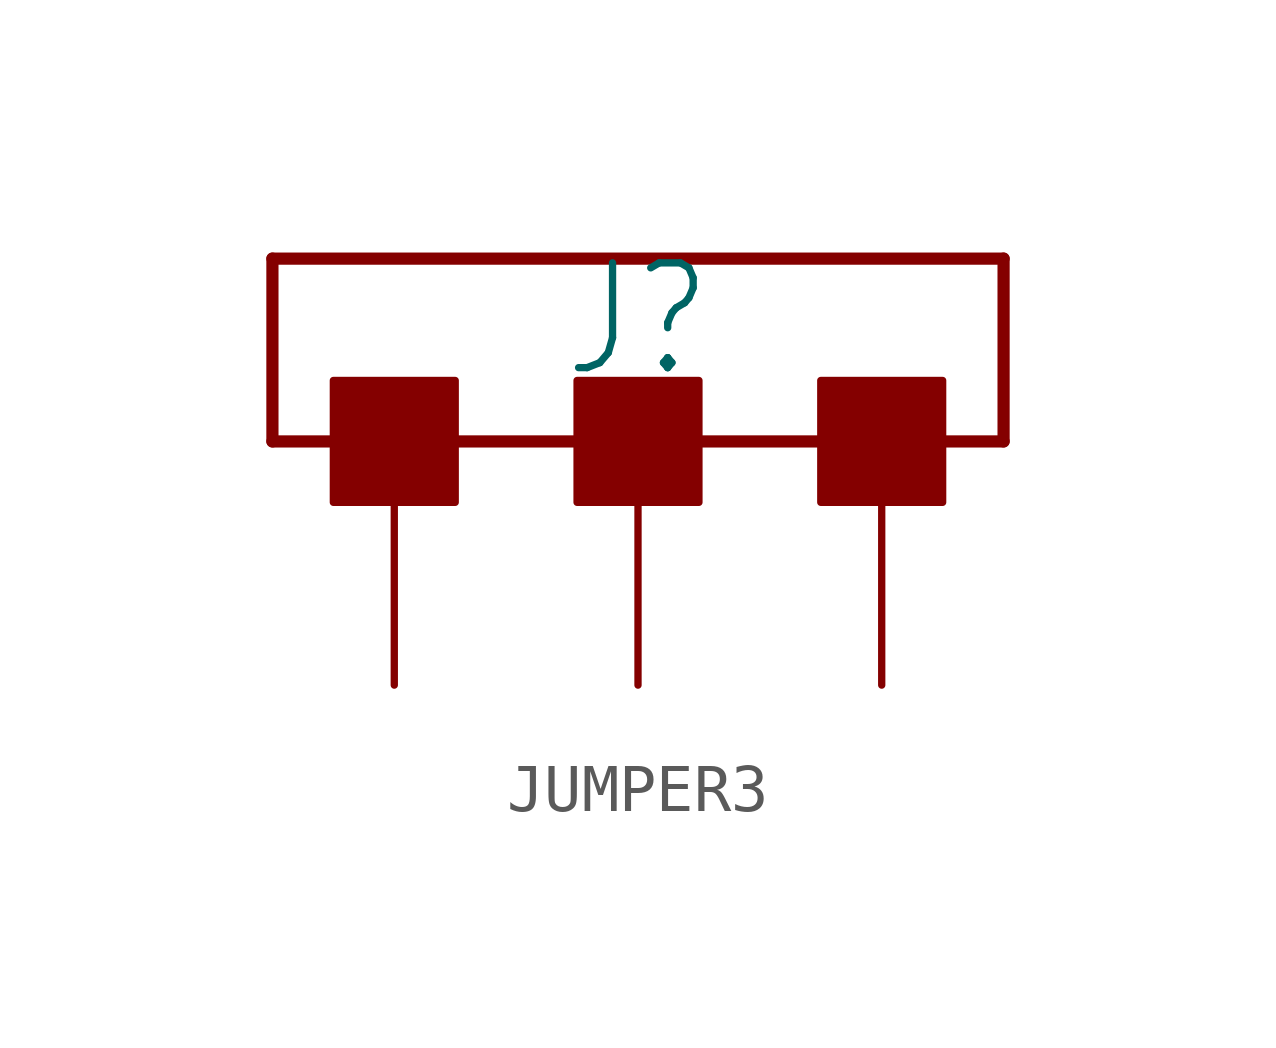
<source format=kicad_sym>
(kicad_symbol_lib
  (version 20241209)
  (generator "kicad_symbol_editor")
  (generator_version "9.0")
  (symbol "JUMPER3"
    (property "Reference" "J"
      (at 0 0 0)
      (effects (font (size 2.184 1.857))))
    (property "ki_locked" ""
      (at 0 0 0)
      (effects (font (size 1.27 1.27))))
    (symbol "JUMPER3_1_0"
      (polyline (pts (xy -7.62 1.27) (xy 7.62 1.27)) (stroke (width 0.254) (type solid)) (fill (type none)))
      (polyline (pts (xy -7.62 -2.54) (xy -7.62 1.27)) (stroke (width 0.254) (type solid)) (fill (type none)))
      (polyline (pts (xy -6.35 -2.54) (xy -7.62 -2.54)) (stroke (width 0.254) (type solid)) (fill (type none)))
      (polyline (pts (xy -5.08 -2.54) (xy 7.62 -2.54)) (stroke (width 0.254) (type solid)) (fill (type none)))
      (rectangle (start -3.81 -3.81) (end -6.35 -1.27) (stroke (width 0) (type default)) (fill (type outline)))
      (rectangle (start 1.27 -3.81) (end -1.27 -1.27) (stroke (width 0) (type default)) (fill (type outline)))
      (rectangle (start 6.35 -3.81) (end 3.81 -1.27) (stroke (width 0) (type default)) (fill (type outline)))
      (polyline (pts (xy 7.62 1.27) (xy 7.62 -2.54)) (stroke (width 0.254) (type solid)) (fill (type none)))
      (pin bidirectional line (at -5.08 -7.62 90) (length 5.08) (name "L" (effects (font (size 0 0)))) (number "L" (effects (font (size 0 0)))))
      (pin bidirectional line (at 0 -7.62 90) (length 5.08) (name "C" (effects (font (size 0 0)))) (number "C" (effects (font (size 0 0)))))
      (pin bidirectional line (at 5.08 -7.62 90) (length 5.08) (name "R" (effects (font (size 0 0)))) (number "R" (effects (font (size 0 0))))))))
</source>
